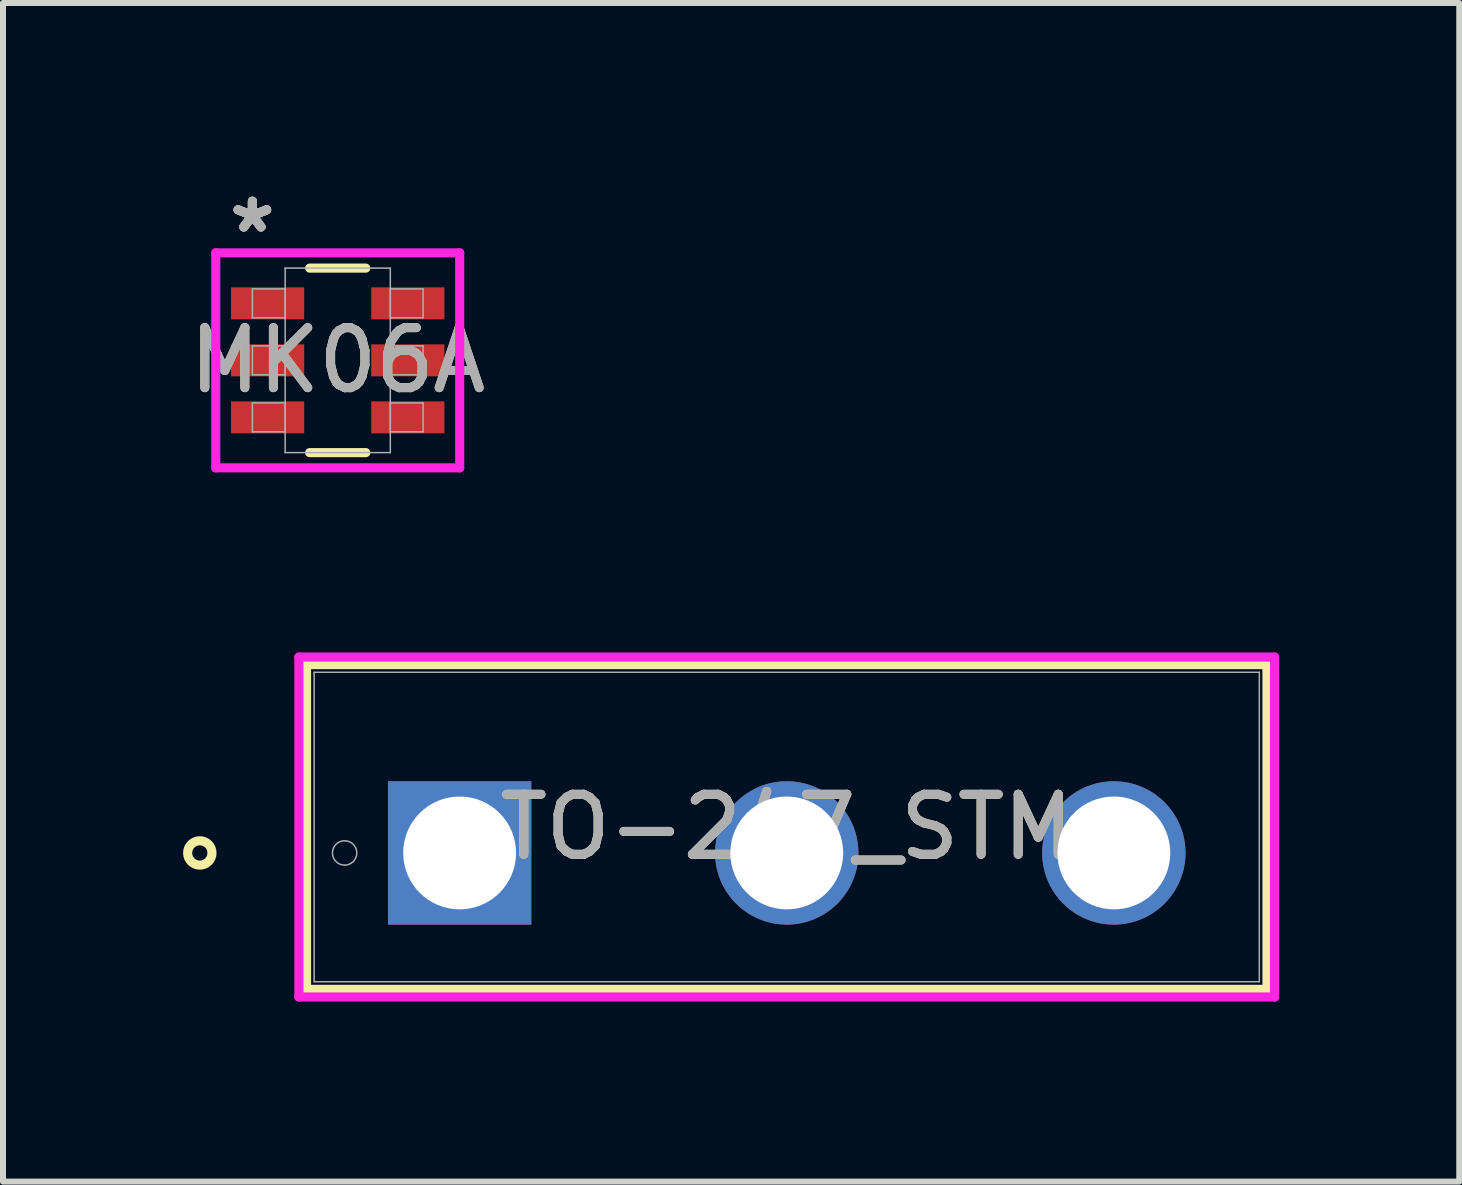
<source format=kicad_pcb>
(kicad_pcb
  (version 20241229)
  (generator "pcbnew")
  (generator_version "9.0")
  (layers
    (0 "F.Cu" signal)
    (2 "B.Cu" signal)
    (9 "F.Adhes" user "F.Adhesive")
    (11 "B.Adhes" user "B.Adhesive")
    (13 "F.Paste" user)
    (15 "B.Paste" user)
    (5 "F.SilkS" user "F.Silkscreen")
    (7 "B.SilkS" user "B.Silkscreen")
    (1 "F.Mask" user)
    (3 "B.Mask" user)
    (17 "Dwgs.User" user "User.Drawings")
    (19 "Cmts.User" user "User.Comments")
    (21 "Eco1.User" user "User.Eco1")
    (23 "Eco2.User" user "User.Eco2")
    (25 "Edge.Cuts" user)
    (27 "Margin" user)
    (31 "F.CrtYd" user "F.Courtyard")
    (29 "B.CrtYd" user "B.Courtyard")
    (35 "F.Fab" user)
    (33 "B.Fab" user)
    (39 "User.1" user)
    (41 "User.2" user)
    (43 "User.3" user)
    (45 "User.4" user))
  (footprint "TO-247_STM"
    (layer "F.Cu")
    (at 4.608 11.161)
    (property "Reference" "TO-247_STM" (at 5.45 -0.432 0) (unlocked yes) (layer "F.SilkS") (effects (font (size 1 1) (thickness 0.15))))
    (attr through_hole)
    (fp_line (start -2.551 -3.137) (end -2.551 2.273) (stroke (width 0.152) (type solid)) (layer "F.SilkS"))
    (fp_line (start -2.551 2.273) (end 13.451 2.273) (stroke (width 0.152) (type solid)) (layer "F.SilkS"))
    (fp_line (start 13.451 -3.137) (end -2.551 -3.137) (stroke (width 0.152) (type solid)) (layer "F.SilkS"))
    (fp_line (start 13.451 2.273) (end 13.451 -3.137) (stroke (width 0.152) (type solid)) (layer "F.SilkS"))
    (fp_circle (center -4.329 0) (end -4.126 0) (stroke (width 0.152) (type solid)) (fill no) (layer "F.SilkS"))
    (fp_line (start -2.678 -3.264) (end 13.578 -3.264) (stroke (width 0.152) (type solid)) (layer "F.CrtYd"))
    (fp_line (start -2.678 2.4) (end -2.678 -3.264) (stroke (width 0.152) (type solid)) (layer "F.CrtYd"))
    (fp_line (start 13.578 -3.264) (end 13.578 2.4) (stroke (width 0.152) (type solid)) (layer "F.CrtYd"))
    (fp_line (start 13.578 2.4) (end -2.678 2.4) (stroke (width 0.152) (type solid)) (layer "F.CrtYd"))
    (fp_line (start -2.424 -3.01) (end -2.424 2.146) (stroke (width 0.025) (type solid)) (layer "F.Fab"))
    (fp_line (start -2.424 2.146) (end 13.324 2.146) (stroke (width 0.025) (type solid)) (layer "F.Fab"))
    (fp_line (start -0.254 0) (end 0.254 0) (stroke (width 0.152) (type solid)) (layer "F.Fab"))
    (fp_line (start 0 0.254) (end 0 -0.254) (stroke (width 0.152) (type solid)) (layer "F.Fab"))
    (fp_line (start 13.324 -3.01) (end -2.424 -3.01) (stroke (width 0.025) (type solid)) (layer "F.Fab"))
    (fp_line (start 13.324 2.146) (end 13.324 -3.01) (stroke (width 0.025) (type solid)) (layer "F.Fab"))
    (fp_circle (center -1.916 0) (end -1.713 0) (stroke (width 0.025) (type solid)) (fill no) (layer "F.Fab"))
    (fp_text user "${REFERENCE}" (at 5.45 -0.432 0) (unlocked yes) (layer "F.Fab") (effects (font (size 1 1) (thickness 0.15))))
    (pad "1" thru_hole rect (at 0 0) (size 2.388 2.388) (drill 1.88) (layers "*.Cu" "*.Mask"))
    (pad "2" thru_hole circle (at 5.45 0) (size 2.388 2.388) (drill 1.88) (layers "*.Cu" "*.Mask"))
    (pad "3" thru_hole circle (at 10.9 0) (size 2.388 2.388) (drill 1.88) (layers "*.Cu" "*.Mask")))
  (footprint "MK06A"
    (layer "F.Cu")
    (at 2.577 2.954)
    (property "Reference" "MK06A" (at 0 0 0) (unlocked yes) (layer "F.SilkS") (effects (font (size 1 1) (thickness 0.15))))
    (attr smd)
    (fp_line (start -0.468 1.537) (end 0.468 1.537) (stroke (width 0.152) (type solid)) (layer "F.SilkS"))
    (fp_line (start 0.468 -1.537) (end -0.468 -1.537) (stroke (width 0.152) (type solid)) (layer "F.SilkS"))
    (fp_line (start -2.032 -1.791) (end 2.032 -1.791) (stroke (width 0.152) (type solid)) (layer "F.CrtYd"))
    (fp_line (start -2.032 1.791) (end -2.032 -1.791) (stroke (width 0.152) (type solid)) (layer "F.CrtYd"))
    (fp_line (start 2.032 -1.791) (end 2.032 1.791) (stroke (width 0.152) (type solid)) (layer "F.CrtYd"))
    (fp_line (start 2.032 1.791) (end -2.032 1.791) (stroke (width 0.152) (type solid)) (layer "F.CrtYd"))
    (fp_line (start -1.422 -1.191) (end -1.422 -0.709) (stroke (width 0.025) (type solid)) (layer "F.Fab"))
    (fp_line (start -1.422 -0.709) (end -0.876 -0.709) (stroke (width 0.025) (type solid)) (layer "F.Fab"))
    (fp_line (start -1.422 -0.241) (end -1.422 0.241) (stroke (width 0.025) (type solid)) (layer "F.Fab"))
    (fp_line (start -1.422 0.241) (end -0.876 0.241) (stroke (width 0.025) (type solid)) (layer "F.Fab"))
    (fp_line (start -1.422 0.709) (end -1.422 1.191) (stroke (width 0.025) (type solid)) (layer "F.Fab"))
    (fp_line (start -1.422 1.191) (end -0.876 1.191) (stroke (width 0.025) (type solid)) (layer "F.Fab"))
    (fp_line (start -0.876 -1.537) (end -0.876 1.537) (stroke (width 0.025) (type solid)) (layer "F.Fab"))
    (fp_line (start -0.876 -1.191) (end -1.422 -1.191) (stroke (width 0.025) (type solid)) (layer "F.Fab"))
    (fp_line (start -0.876 -0.709) (end -0.876 -1.191) (stroke (width 0.025) (type solid)) (layer "F.Fab"))
    (fp_line (start -0.876 -0.241) (end -1.422 -0.241) (stroke (width 0.025) (type solid)) (layer "F.Fab"))
    (fp_line (start -0.876 0.241) (end -0.876 -0.241) (stroke (width 0.025) (type solid)) (layer "F.Fab"))
    (fp_line (start -0.876 0.709) (end -1.422 0.709) (stroke (width 0.025) (type solid)) (layer "F.Fab"))
    (fp_line (start -0.876 1.191) (end -0.876 0.709) (stroke (width 0.025) (type solid)) (layer "F.Fab"))
    (fp_line (start -0.876 1.537) (end 0.876 1.537) (stroke (width 0.025) (type solid)) (layer "F.Fab"))
    (fp_line (start 0.876 -1.537) (end -0.876 -1.537) (stroke (width 0.025) (type solid)) (layer "F.Fab"))
    (fp_line (start 0.876 -1.191) (end 0.876 -0.709) (stroke (width 0.025) (type solid)) (layer "F.Fab"))
    (fp_line (start 0.876 -0.709) (end 1.422 -0.709) (stroke (width 0.025) (type solid)) (layer "F.Fab"))
    (fp_line (start 0.876 -0.241) (end 0.876 0.241) (stroke (width 0.025) (type solid)) (layer "F.Fab"))
    (fp_line (start 0.876 0.241) (end 1.422 0.241) (stroke (width 0.025) (type solid)) (layer "F.Fab"))
    (fp_line (start 0.876 0.709) (end 0.876 1.191) (stroke (width 0.025) (type solid)) (layer "F.Fab"))
    (fp_line (start 0.876 1.191) (end 1.422 1.191) (stroke (width 0.025) (type solid)) (layer "F.Fab"))
    (fp_line (start 0.876 1.537) (end 0.876 -1.537) (stroke (width 0.025) (type solid)) (layer "F.Fab"))
    (fp_line (start 1.422 -1.191) (end 0.876 -1.191) (stroke (width 0.025) (type solid)) (layer "F.Fab"))
    (fp_line (start 1.422 -0.709) (end 1.422 -1.191) (stroke (width 0.025) (type solid)) (layer "F.Fab"))
    (fp_line (start 1.422 -0.241) (end 0.876 -0.241) (stroke (width 0.025) (type solid)) (layer "F.Fab"))
    (fp_line (start 1.422 0.241) (end 1.422 -0.241) (stroke (width 0.025) (type solid)) (layer "F.Fab"))
    (fp_line (start 1.422 0.709) (end 0.876 0.709) (stroke (width 0.025) (type solid)) (layer "F.Fab"))
    (fp_line (start 1.422 1.191) (end 1.422 0.709) (stroke (width 0.025) (type solid)) (layer "F.Fab"))
    (fp_text user "*" (at -1.422 -2.106 0) (unlocked yes) (layer "F.SilkS") (effects (font (size 1 1) (thickness 0.15))))
    (fp_text user "*" (at -1.422 -2.106 0) (layer "F.SilkS") (effects (font (size 1 1) (thickness 0.15))))
    (fp_text user "*" (at -1.422 -2.106 0) (layer "F.Fab") (effects (font (size 1 1) (thickness 0.15))))
    (fp_text user "*" (at -1.422 -2.106 0) (unlocked yes) (layer "F.Fab") (effects (font (size 1 1) (thickness 0.15))))
    (fp_text user "${REFERENCE}" (at 0 0 0) (unlocked yes) (layer "F.Fab") (effects (font (size 1 1) (thickness 0.15))))
    (pad "1" smd rect (at -1.168 -0.95) (size 1.219 0.533) (layers "F.Cu" "F.Mask" "F.Paste"))
    (pad "2" smd rect (at -1.168 0) (size 1.219 0.533) (layers "F.Cu" "F.Mask" "F.Paste"))
    (pad "3" smd rect (at -1.168 0.95) (size 1.219 0.533) (layers "F.Cu" "F.Mask" "F.Paste"))
    (pad "4" smd rect (at 1.168 0.95) (size 1.219 0.533) (layers "F.Cu" "F.Mask" "F.Paste"))
    (pad "5" smd rect (at 1.168 0) (size 1.219 0.533) (layers "F.Cu" "F.Mask" "F.Paste"))
    (pad "6" smd rect (at 1.168 -0.95) (size 1.219 0.533) (layers "F.Cu" "F.Mask" "F.Paste")))
  (gr_rect
    (start -3 -3)
    (end 21.263 16.637)
    (stroke (width 0.1) (type default))
    (fill no)
    (layer "Edge.Cuts")))
</source>
